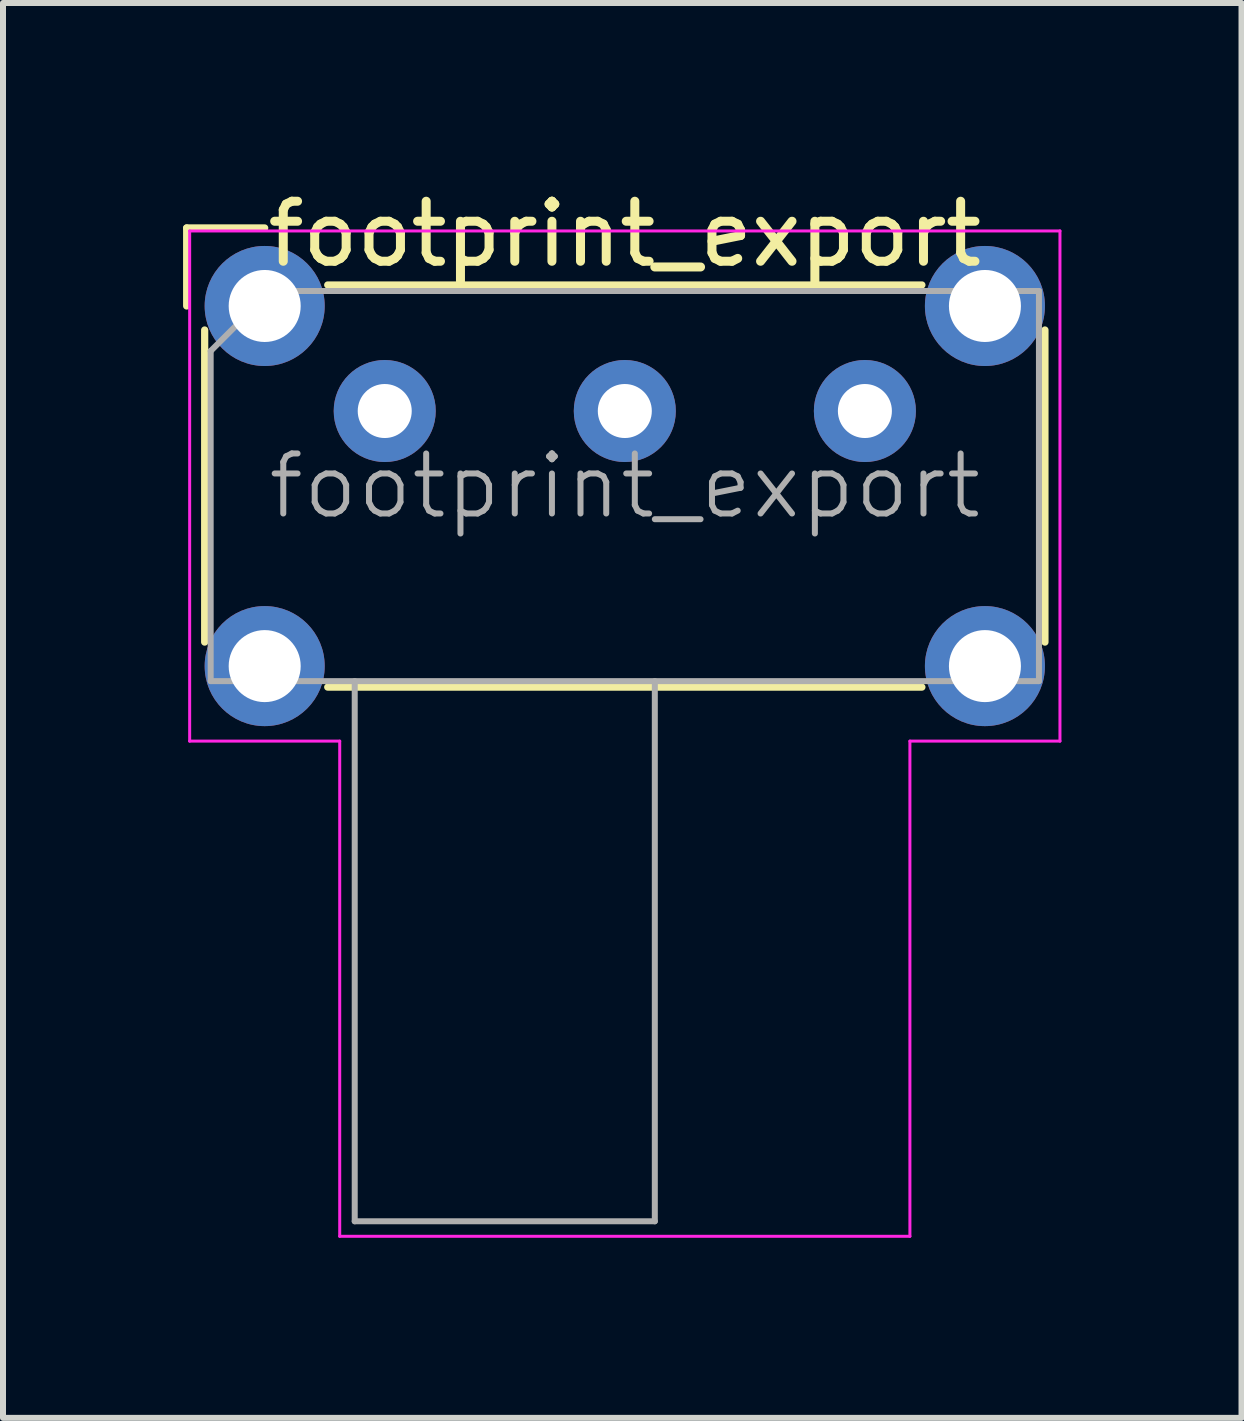
<source format=kicad_pcb>
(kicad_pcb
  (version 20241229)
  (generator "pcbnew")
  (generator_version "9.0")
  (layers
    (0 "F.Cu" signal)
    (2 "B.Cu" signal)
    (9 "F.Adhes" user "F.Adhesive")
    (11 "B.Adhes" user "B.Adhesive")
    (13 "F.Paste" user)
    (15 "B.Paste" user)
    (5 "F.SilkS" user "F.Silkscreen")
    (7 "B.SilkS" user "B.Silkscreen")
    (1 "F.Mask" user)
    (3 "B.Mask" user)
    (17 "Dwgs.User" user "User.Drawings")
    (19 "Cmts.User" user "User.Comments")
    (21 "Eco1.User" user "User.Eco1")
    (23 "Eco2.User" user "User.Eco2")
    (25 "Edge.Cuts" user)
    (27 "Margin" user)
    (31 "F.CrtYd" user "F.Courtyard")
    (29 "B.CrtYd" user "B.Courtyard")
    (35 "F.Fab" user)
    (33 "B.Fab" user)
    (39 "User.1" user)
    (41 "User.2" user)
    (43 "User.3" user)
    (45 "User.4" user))
  (footprint "footprint_export"
    (layer "F.Cu")
    (at 3.36 3.798)
    (property "Reference" "footprint_export" (at 4 -2.95 0) (layer "F.SilkS") (effects (font (size 1 1) (thickness 0.15))))
    (attr through_hole)
    (fp_line (start -3.3 -3.05) (end -2 -3.05) (stroke (width 0.12) (type solid)) (layer "F.SilkS"))
    (fp_line (start -3.3 -1.75) (end -3.3 -3.05) (stroke (width 0.12) (type solid)) (layer "F.SilkS"))
    (fp_line (start -3 3.85) (end -3 -1.35) (stroke (width 0.12) (type solid)) (layer "F.SilkS"))
    (fp_line (start -0.95 -2.1) (end 8.95 -2.1) (stroke (width 0.12) (type solid)) (layer "F.SilkS"))
    (fp_line (start 8.95 4.6) (end -0.95 4.6) (stroke (width 0.12) (type solid)) (layer "F.SilkS"))
    (fp_line (start 11 -1.35) (end 11 3.85) (stroke (width 0.12) (type solid)) (layer "F.SilkS"))
    (fp_line (start -3.25 -3) (end 11.25 -3) (stroke (width 0.05) (type solid)) (layer "F.CrtYd"))
    (fp_line (start -3.25 5.5) (end -3.25 -3) (stroke (width 0.05) (type solid)) (layer "F.CrtYd"))
    (fp_line (start -0.75 5.5) (end -3.25 5.5) (stroke (width 0.05) (type solid)) (layer "F.CrtYd"))
    (fp_line (start -0.75 13.75) (end -0.75 5.5) (stroke (width 0.05) (type solid)) (layer "F.CrtYd"))
    (fp_line (start 8.75 5.5) (end 8.75 13.75) (stroke (width 0.05) (type solid)) (layer "F.CrtYd"))
    (fp_line (start 8.75 13.75) (end -0.75 13.75) (stroke (width 0.05) (type solid)) (layer "F.CrtYd"))
    (fp_line (start 11.25 -3) (end 11.25 5.5) (stroke (width 0.05) (type solid)) (layer "F.CrtYd"))
    (fp_line (start 11.25 5.5) (end 8.75 5.5) (stroke (width 0.05) (type solid)) (layer "F.CrtYd"))
    (fp_line (start -2.9 4.5) (end -2.9 -1) (stroke (width 0.1) (type solid)) (layer "F.Fab"))
    (fp_line (start -1.9 -2) (end -2.9 -1) (stroke (width 0.1) (type solid)) (layer "F.Fab"))
    (fp_line (start -1.9 -2) (end 10.9 -2) (stroke (width 0.1) (type solid)) (layer "F.Fab"))
    (fp_line (start -0.5 13.5) (end -0.5 4.5) (stroke (width 0.1) (type solid)) (layer "F.Fab"))
    (fp_line (start 4.5 4.5) (end 4.5 13.5) (stroke (width 0.1) (type solid)) (layer "F.Fab"))
    (fp_line (start 4.5 13.5) (end -0.5 13.5) (stroke (width 0.1) (type solid)) (layer "F.Fab"))
    (fp_line (start 10.9 -2) (end 10.9 4.5) (stroke (width 0.1) (type solid)) (layer "F.Fab"))
    (fp_line (start 10.9 4.5) (end -2.9 4.5) (stroke (width 0.1) (type solid)) (layer "F.Fab"))
    (fp_text user "${REFERENCE}" (at 4 1.25 0) (layer "F.Fab") (effects (font (size 1 1) (thickness 0.1))))
    (pad "" thru_hole circle (at -2 -1.75) (size 2 2) (drill 1.2) (layers "*.Cu" "*.Mask"))
    (pad "" thru_hole circle (at -2 4.25) (size 2 2) (drill 1.2) (layers "*.Cu" "*.Mask"))
    (pad "" thru_hole circle (at 10 -1.75) (size 2 2) (drill 1.2) (layers "*.Cu" "*.Mask"))
    (pad "" thru_hole circle (at 10 4.25) (size 2 2) (drill 1.2) (layers "*.Cu" "*.Mask"))
    (pad "1" thru_hole circle (at 0 0) (size 1.7 1.7) (drill 0.9) (layers "*.Cu" "*.Mask"))
    (pad "2" thru_hole circle (at 4 0) (size 1.7 1.7) (drill 0.9) (layers "*.Cu" "*.Mask"))
    (pad "3" thru_hole circle (at 8 0) (size 1.7 1.7) (drill 0.9) (layers "*.Cu" "*.Mask")))
  (gr_rect
    (start -3 -3)
    (end 17.635 20.573)
    (stroke (width 0.1) (type default))
    (fill no)
    (layer "Edge.Cuts")))
</source>
